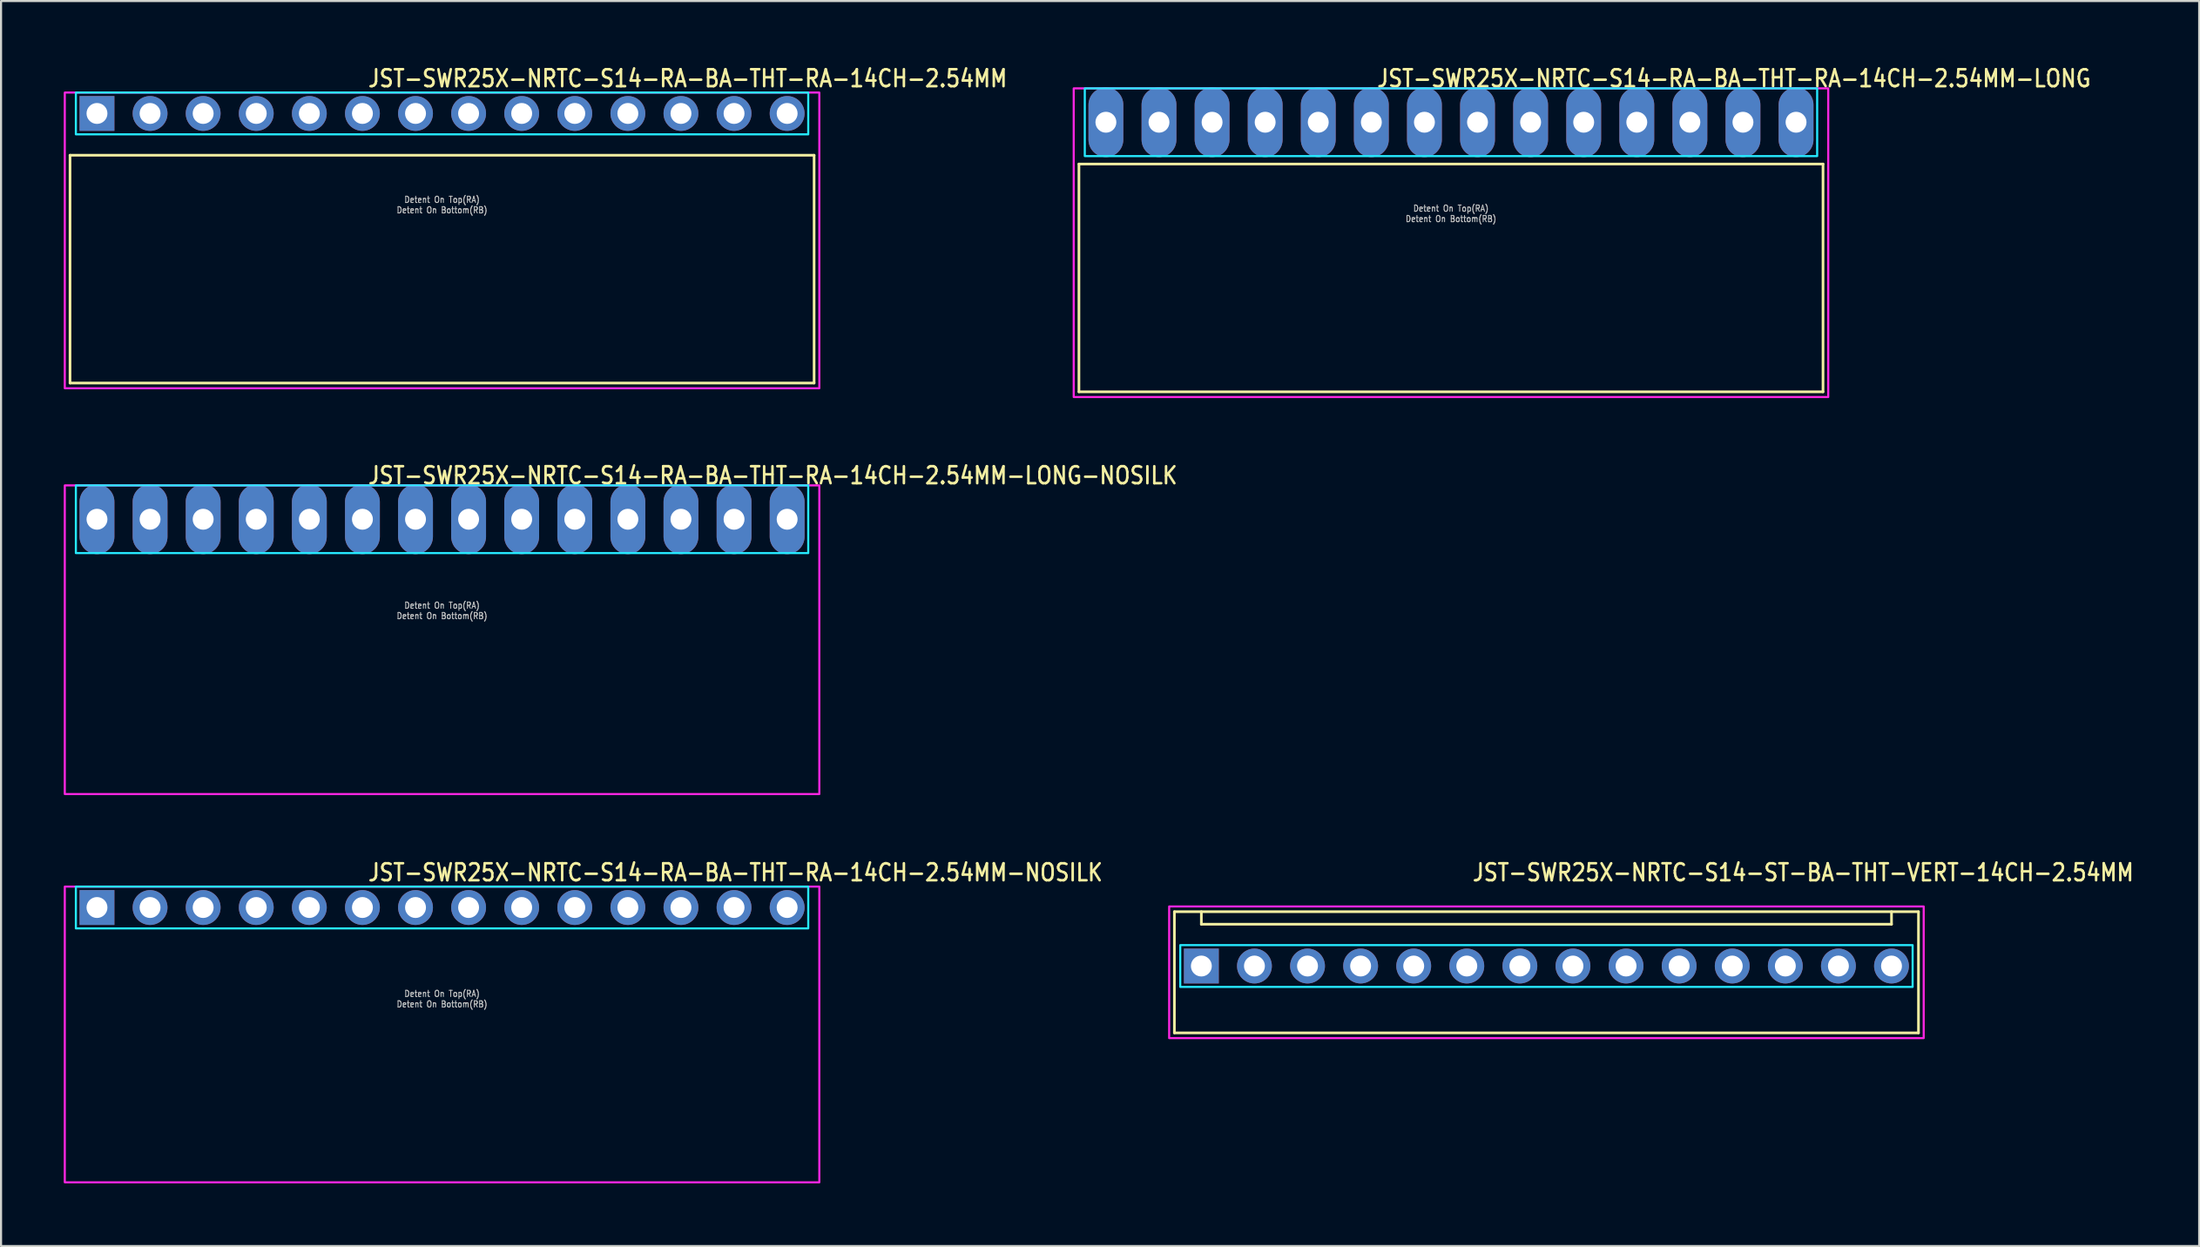
<source format=kicad_pcb>
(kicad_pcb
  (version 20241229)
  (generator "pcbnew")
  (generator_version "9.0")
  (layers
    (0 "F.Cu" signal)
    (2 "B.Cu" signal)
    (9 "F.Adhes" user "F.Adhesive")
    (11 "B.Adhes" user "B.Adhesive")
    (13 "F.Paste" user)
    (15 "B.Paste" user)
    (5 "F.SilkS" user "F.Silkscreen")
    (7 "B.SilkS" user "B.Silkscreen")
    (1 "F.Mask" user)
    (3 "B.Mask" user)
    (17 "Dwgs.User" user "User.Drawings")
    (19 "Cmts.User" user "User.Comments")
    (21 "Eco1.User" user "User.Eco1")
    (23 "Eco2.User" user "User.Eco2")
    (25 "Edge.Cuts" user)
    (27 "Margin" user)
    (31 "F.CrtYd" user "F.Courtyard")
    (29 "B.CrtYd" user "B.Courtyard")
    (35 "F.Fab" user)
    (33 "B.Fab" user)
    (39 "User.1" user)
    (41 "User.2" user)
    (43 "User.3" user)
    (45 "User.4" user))
  (footprint "JST-SWR25X-NRTC-S14-RA-BA-THT-RA-14CH-2.54MM-LONG-NOSILK"
    (layer "F.Cu")
    (at 18.1 21.797)
    (property "Reference" "JST-SWR25X-NRTC-S14-RA-BA-THT-RA-14CH-2.54MM-LONG-NOSILK" (at -3.6 -1.62 0) (unlocked yes) (layer "F.SilkS") (effects (font (size 0.813 0.695) (thickness 0.122)) (justify left bottom)))
    (fp_poly (pts (xy -17.52 -1.62) (xy -17.52 1.62) (xy 17.52 1.62) (xy 17.52 -1.62)) (stroke (width 0.1) (type solid)) (fill no) (layer "B.CrtYd"))
    (fp_poly (pts (xy -18.05 -1.62) (xy -18.05 13.15) (xy 18.05 13.15) (xy 18.05 -1.62)) (stroke (width 0.1) (type solid)) (fill no) (layer "F.CrtYd"))
    (fp_text user "Detent On Top(RA)" (at 0 4.3 0) (unlocked yes) (layer "Dwgs.User") (effects (font (size 0.3 0.257) (thickness 0.045)) (justify bottom)))
    (fp_text user "Detent On Bottom(RB)" (at 0 4.8 0) (unlocked yes) (layer "Dwgs.User") (effects (font (size 0.3 0.257) (thickness 0.045)) (justify bottom)))
    (pad "P$1" thru_hole oval (at -16.51 0 90) (size 3.333 1.667) (drill 1) (layers "*.Cu" "*.Mask"))
    (pad "P$2" thru_hole oval (at -13.97 0 90) (size 3.333 1.667) (drill 1) (layers "*.Cu" "*.Mask"))
    (pad "P$3" thru_hole oval (at -11.43 0 90) (size 3.333 1.667) (drill 1) (layers "*.Cu" "*.Mask"))
    (pad "P$4" thru_hole oval (at -8.89 0 90) (size 3.333 1.667) (drill 1) (layers "*.Cu" "*.Mask"))
    (pad "P$5" thru_hole oval (at -6.35 0 90) (size 3.333 1.667) (drill 1) (layers "*.Cu" "*.Mask"))
    (pad "P$6" thru_hole oval (at -3.81 0 90) (size 3.333 1.667) (drill 1) (layers "*.Cu" "*.Mask"))
    (pad "P$7" thru_hole oval (at -1.27 0 90) (size 3.333 1.667) (drill 1) (layers "*.Cu" "*.Mask"))
    (pad "P$8" thru_hole oval (at 1.27 0 90) (size 3.333 1.667) (drill 1) (layers "*.Cu" "*.Mask"))
    (pad "P$9" thru_hole oval (at 3.81 0 90) (size 3.333 1.667) (drill 1) (layers "*.Cu" "*.Mask"))
    (pad "P$10" thru_hole oval (at 6.35 0 90) (size 3.333 1.667) (drill 1) (layers "*.Cu" "*.Mask"))
    (pad "P$11" thru_hole oval (at 8.89 0 90) (size 3.333 1.667) (drill 1) (layers "*.Cu" "*.Mask"))
    (pad "P$12" thru_hole oval (at 11.43 0 90) (size 3.333 1.667) (drill 1) (layers "*.Cu" "*.Mask"))
    (pad "P$13" thru_hole oval (at 13.97 0 90) (size 3.333 1.667) (drill 1) (layers "*.Cu" "*.Mask"))
    (pad "P$14" thru_hole oval (at 16.51 0 90) (size 3.333 1.667) (drill 1) (layers "*.Cu" "*.Mask")))
  (footprint "JST-SWR25X-NRTC-S14-RA-BA-THT-RA-14CH-2.54MM"
    (layer "F.Cu")
    (at 18.1 2.379)
    (property "Reference" "JST-SWR25X-NRTC-S14-RA-BA-THT-RA-14CH-2.54MM" (at -3.6 -1.2 0) (unlocked yes) (layer "F.SilkS") (effects (font (size 0.813 0.695) (thickness 0.122)) (justify left bottom)))
    (fp_line (start -17.8 2) (end 17.8 2) (stroke (width 0.127) (type solid)) (layer "F.SilkS"))
    (fp_line (start -17.8 12.9) (end -17.8 2) (stroke (width 0.127) (type solid)) (layer "F.SilkS"))
    (fp_line (start -17.8 12.9) (end 17.8 12.9) (stroke (width 0.127) (type solid)) (layer "F.SilkS"))
    (fp_line (start 17.8 2) (end 17.8 12.9) (stroke (width 0.127) (type solid)) (layer "F.SilkS"))
    (fp_poly (pts (xy -17.52 -1) (xy -17.52 1) (xy 17.52 1) (xy 17.52 -1)) (stroke (width 0.1) (type solid)) (fill no) (layer "B.CrtYd"))
    (fp_poly (pts (xy -18.05 -1) (xy -18.05 13.15) (xy 18.05 13.15) (xy 18.05 -1)) (stroke (width 0.1) (type solid)) (fill no) (layer "F.CrtYd"))
    (fp_text user "Detent On Bottom(RB)" (at 0 4.8 0) (unlocked yes) (layer "Dwgs.User") (effects (font (size 0.3 0.257) (thickness 0.045)) (justify bottom)))
    (fp_text user "Detent On Top(RA)" (at 0 4.3 0) (unlocked yes) (layer "Dwgs.User") (effects (font (size 0.3 0.257) (thickness 0.045)) (justify bottom)))
    (pad "P$1" thru_hole rect (at -16.51 0) (size 1.667 1.667) (drill 1) (layers "*.Cu" "*.Mask"))
    (pad "P$2" thru_hole oval (at -13.97 0) (size 1.667 1.667) (drill 1) (layers "*.Cu" "*.Mask"))
    (pad "P$3" thru_hole oval (at -11.43 0) (size 1.667 1.667) (drill 1) (layers "*.Cu" "*.Mask"))
    (pad "P$4" thru_hole oval (at -8.89 0) (size 1.667 1.667) (drill 1) (layers "*.Cu" "*.Mask"))
    (pad "P$5" thru_hole oval (at -6.35 0) (size 1.667 1.667) (drill 1) (layers "*.Cu" "*.Mask"))
    (pad "P$6" thru_hole oval (at -3.81 0) (size 1.667 1.667) (drill 1) (layers "*.Cu" "*.Mask"))
    (pad "P$7" thru_hole oval (at -1.27 0) (size 1.667 1.667) (drill 1) (layers "*.Cu" "*.Mask"))
    (pad "P$8" thru_hole oval (at 1.27 0) (size 1.667 1.667) (drill 1) (layers "*.Cu" "*.Mask"))
    (pad "P$9" thru_hole oval (at 3.81 0) (size 1.667 1.667) (drill 1) (layers "*.Cu" "*.Mask"))
    (pad "P$10" thru_hole oval (at 6.35 0) (size 1.667 1.667) (drill 1) (layers "*.Cu" "*.Mask"))
    (pad "P$11" thru_hole oval (at 8.89 0) (size 1.667 1.667) (drill 1) (layers "*.Cu" "*.Mask"))
    (pad "P$12" thru_hole oval (at 11.43 0) (size 1.667 1.667) (drill 1) (layers "*.Cu" "*.Mask"))
    (pad "P$13" thru_hole oval (at 13.97 0) (size 1.667 1.667) (drill 1) (layers "*.Cu" "*.Mask"))
    (pad "P$14" thru_hole oval (at 16.51 0) (size 1.667 1.667) (drill 1) (layers "*.Cu" "*.Mask")))
  (footprint "JST-SWR25X-NRTC-S14-RA-BA-THT-RA-14CH-2.54MM-LONG"
    (layer "F.Cu")
    (at 66.371 2.799)
    (property "Reference" "JST-SWR25X-NRTC-S14-RA-BA-THT-RA-14CH-2.54MM-LONG" (at -3.6 -1.62 0) (unlocked yes) (layer "F.SilkS") (effects (font (size 0.813 0.695) (thickness 0.122)) (justify left bottom)))
    (fp_line (start -17.8 2) (end 17.8 2) (stroke (width 0.127) (type solid)) (layer "F.SilkS"))
    (fp_line (start -17.8 12.9) (end -17.8 2) (stroke (width 0.127) (type solid)) (layer "F.SilkS"))
    (fp_line (start -17.8 12.9) (end 17.8 12.9) (stroke (width 0.127) (type solid)) (layer "F.SilkS"))
    (fp_line (start 17.8 2) (end 17.8 12.9) (stroke (width 0.127) (type solid)) (layer "F.SilkS"))
    (fp_poly (pts (xy -17.52 -1.62) (xy -17.52 1.62) (xy 17.52 1.62) (xy 17.52 -1.62)) (stroke (width 0.1) (type solid)) (fill no) (layer "B.CrtYd"))
    (fp_poly (pts (xy -18.05 -1.62) (xy -18.05 13.15) (xy 18.05 13.15) (xy 18.05 -1.62)) (stroke (width 0.1) (type solid)) (fill no) (layer "F.CrtYd"))
    (fp_text user "Detent On Top(RA)" (at 0 4.3 0) (unlocked yes) (layer "Dwgs.User") (effects (font (size 0.3 0.257) (thickness 0.045)) (justify bottom)))
    (fp_text user "Detent On Bottom(RB)" (at 0 4.8 0) (unlocked yes) (layer "Dwgs.User") (effects (font (size 0.3 0.257) (thickness 0.045)) (justify bottom)))
    (pad "P$1" thru_hole oval (at -16.51 0 90) (size 3.333 1.667) (drill 1) (layers "*.Cu" "*.Mask"))
    (pad "P$2" thru_hole oval (at -13.97 0 90) (size 3.333 1.667) (drill 1) (layers "*.Cu" "*.Mask"))
    (pad "P$3" thru_hole oval (at -11.43 0 90) (size 3.333 1.667) (drill 1) (layers "*.Cu" "*.Mask"))
    (pad "P$4" thru_hole oval (at -8.89 0 90) (size 3.333 1.667) (drill 1) (layers "*.Cu" "*.Mask"))
    (pad "P$5" thru_hole oval (at -6.35 0 90) (size 3.333 1.667) (drill 1) (layers "*.Cu" "*.Mask"))
    (pad "P$6" thru_hole oval (at -3.81 0 90) (size 3.333 1.667) (drill 1) (layers "*.Cu" "*.Mask"))
    (pad "P$7" thru_hole oval (at -1.27 0 90) (size 3.333 1.667) (drill 1) (layers "*.Cu" "*.Mask"))
    (pad "P$8" thru_hole oval (at 1.27 0 90) (size 3.333 1.667) (drill 1) (layers "*.Cu" "*.Mask"))
    (pad "P$9" thru_hole oval (at 3.81 0 90) (size 3.333 1.667) (drill 1) (layers "*.Cu" "*.Mask"))
    (pad "P$10" thru_hole oval (at 6.35 0 90) (size 3.333 1.667) (drill 1) (layers "*.Cu" "*.Mask"))
    (pad "P$11" thru_hole oval (at 8.89 0 90) (size 3.333 1.667) (drill 1) (layers "*.Cu" "*.Mask"))
    (pad "P$12" thru_hole oval (at 11.43 0 90) (size 3.333 1.667) (drill 1) (layers "*.Cu" "*.Mask"))
    (pad "P$13" thru_hole oval (at 13.97 0 90) (size 3.333 1.667) (drill 1) (layers "*.Cu" "*.Mask"))
    (pad "P$14" thru_hole oval (at 16.51 0 90) (size 3.333 1.667) (drill 1) (layers "*.Cu" "*.Mask")))
  (footprint "JST-SWR25X-NRTC-S14-RA-BA-THT-RA-14CH-2.54MM-NOSILK"
    (layer "F.Cu")
    (at 18.1 40.376)
    (property "Reference" "JST-SWR25X-NRTC-S14-RA-BA-THT-RA-14CH-2.54MM-NOSILK" (at -3.6 -1.2 0) (unlocked yes) (layer "F.SilkS") (effects (font (size 0.813 0.695) (thickness 0.122)) (justify left bottom)))
    (fp_poly (pts (xy -17.52 -1) (xy -17.52 1) (xy 17.52 1) (xy 17.52 -1)) (stroke (width 0.1) (type solid)) (fill no) (layer "B.CrtYd"))
    (fp_poly (pts (xy -18.05 -1) (xy -18.05 13.15) (xy 18.05 13.15) (xy 18.05 -1)) (stroke (width 0.1) (type solid)) (fill no) (layer "F.CrtYd"))
    (fp_text user "Detent On Top(RA)" (at 0 4.3 0) (unlocked yes) (layer "Dwgs.User") (effects (font (size 0.3 0.257) (thickness 0.045)) (justify bottom)))
    (fp_text user "Detent On Bottom(RB)" (at 0 4.8 0) (unlocked yes) (layer "Dwgs.User") (effects (font (size 0.3 0.257) (thickness 0.045)) (justify bottom)))
    (pad "P$1" thru_hole rect (at -16.51 0) (size 1.667 1.667) (drill 1) (layers "*.Cu" "*.Mask"))
    (pad "P$2" thru_hole oval (at -13.97 0) (size 1.667 1.667) (drill 1) (layers "*.Cu" "*.Mask"))
    (pad "P$3" thru_hole oval (at -11.43 0) (size 1.667 1.667) (drill 1) (layers "*.Cu" "*.Mask"))
    (pad "P$4" thru_hole oval (at -8.89 0) (size 1.667 1.667) (drill 1) (layers "*.Cu" "*.Mask"))
    (pad "P$5" thru_hole oval (at -6.35 0) (size 1.667 1.667) (drill 1) (layers "*.Cu" "*.Mask"))
    (pad "P$6" thru_hole oval (at -3.81 0) (size 1.667 1.667) (drill 1) (layers "*.Cu" "*.Mask"))
    (pad "P$7" thru_hole oval (at -1.27 0) (size 1.667 1.667) (drill 1) (layers "*.Cu" "*.Mask"))
    (pad "P$8" thru_hole oval (at 1.27 0) (size 1.667 1.667) (drill 1) (layers "*.Cu" "*.Mask"))
    (pad "P$9" thru_hole oval (at 3.81 0) (size 1.667 1.667) (drill 1) (layers "*.Cu" "*.Mask"))
    (pad "P$10" thru_hole oval (at 6.35 0) (size 1.667 1.667) (drill 1) (layers "*.Cu" "*.Mask"))
    (pad "P$11" thru_hole oval (at 8.89 0) (size 1.667 1.667) (drill 1) (layers "*.Cu" "*.Mask"))
    (pad "P$12" thru_hole oval (at 11.43 0) (size 1.667 1.667) (drill 1) (layers "*.Cu" "*.Mask"))
    (pad "P$13" thru_hole oval (at 13.97 0) (size 1.667 1.667) (drill 1) (layers "*.Cu" "*.Mask"))
    (pad "P$14" thru_hole oval (at 16.51 0) (size 1.667 1.667) (drill 1) (layers "*.Cu" "*.Mask")))
  (footprint "JST-SWR25X-NRTC-S14-ST-BA-THT-VERT-14CH-2.54MM"
    (layer "F.Cu")
    (at 70.938 43.176)
    (property "Reference" "JST-SWR25X-NRTC-S14-ST-BA-THT-VERT-14CH-2.54MM" (at -3.6 -4 0) (unlocked yes) (layer "F.SilkS") (effects (font (size 0.813 0.695) (thickness 0.122)) (justify left bottom)))
    (fp_line (start -17.8 -2.6) (end 17.8 -2.6) (stroke (width 0.127) (type solid)) (layer "F.SilkS"))
    (fp_line (start -17.8 3.2) (end -17.8 -2.6) (stroke (width 0.127) (type solid)) (layer "F.SilkS"))
    (fp_line (start -17.8 3.2) (end 17.8 3.2) (stroke (width 0.127) (type solid)) (layer "F.SilkS"))
    (fp_line (start -16.51 -2.6) (end -16.51 -2) (stroke (width 0.127) (type solid)) (layer "F.SilkS"))
    (fp_line (start -16.51 -2) (end 16.51 -2) (stroke (width 0.127) (type solid)) (layer "F.SilkS"))
    (fp_line (start 16.51 -2.6) (end 16.51 -2) (stroke (width 0.127) (type solid)) (layer "F.SilkS"))
    (fp_line (start 17.8 -2.6) (end 17.8 3.2) (stroke (width 0.127) (type solid)) (layer "F.SilkS"))
    (fp_poly (pts (xy -17.52 -1) (xy -17.52 1) (xy 17.52 1) (xy 17.52 -1)) (stroke (width 0.1) (type solid)) (fill no) (layer "B.CrtYd"))
    (fp_poly (pts (xy -18.05 -2.85) (xy -18.05 3.45) (xy 18.05 3.45) (xy 18.05 -2.85)) (stroke (width 0.1) (type solid)) (fill no) (layer "F.CrtYd"))
    (pad "P$1" thru_hole rect (at -16.51 0) (size 1.667 1.667) (drill 1) (layers "*.Cu" "*.Mask"))
    (pad "P$2" thru_hole oval (at -13.97 0) (size 1.667 1.667) (drill 1) (layers "*.Cu" "*.Mask"))
    (pad "P$3" thru_hole oval (at -11.43 0) (size 1.667 1.667) (drill 1) (layers "*.Cu" "*.Mask"))
    (pad "P$4" thru_hole oval (at -8.89 0) (size 1.667 1.667) (drill 1) (layers "*.Cu" "*.Mask"))
    (pad "P$5" thru_hole oval (at -6.35 0) (size 1.667 1.667) (drill 1) (layers "*.Cu" "*.Mask"))
    (pad "P$6" thru_hole oval (at -3.81 0) (size 1.667 1.667) (drill 1) (layers "*.Cu" "*.Mask"))
    (pad "P$7" thru_hole oval (at -1.27 0) (size 1.667 1.667) (drill 1) (layers "*.Cu" "*.Mask"))
    (pad "P$8" thru_hole oval (at 1.27 0) (size 1.667 1.667) (drill 1) (layers "*.Cu" "*.Mask"))
    (pad "P$9" thru_hole oval (at 3.81 0) (size 1.667 1.667) (drill 1) (layers "*.Cu" "*.Mask"))
    (pad "P$10" thru_hole oval (at 6.35 0) (size 1.667 1.667) (drill 1) (layers "*.Cu" "*.Mask"))
    (pad "P$11" thru_hole oval (at 8.89 0) (size 1.667 1.667) (drill 1) (layers "*.Cu" "*.Mask"))
    (pad "P$12" thru_hole oval (at 11.43 0) (size 1.667 1.667) (drill 1) (layers "*.Cu" "*.Mask"))
    (pad "P$13" thru_hole oval (at 13.97 0) (size 1.667 1.667) (drill 1) (layers "*.Cu" "*.Mask"))
    (pad "P$14" thru_hole oval (at 16.51 0) (size 1.667 1.667) (drill 1) (layers "*.Cu" "*.Mask")))
  (gr_rect
    (start -3 -3)
    (end 102.168 56.576)
    (stroke (width 0.1) (type default))
    (fill no)
    (layer "Edge.Cuts")))
</source>
